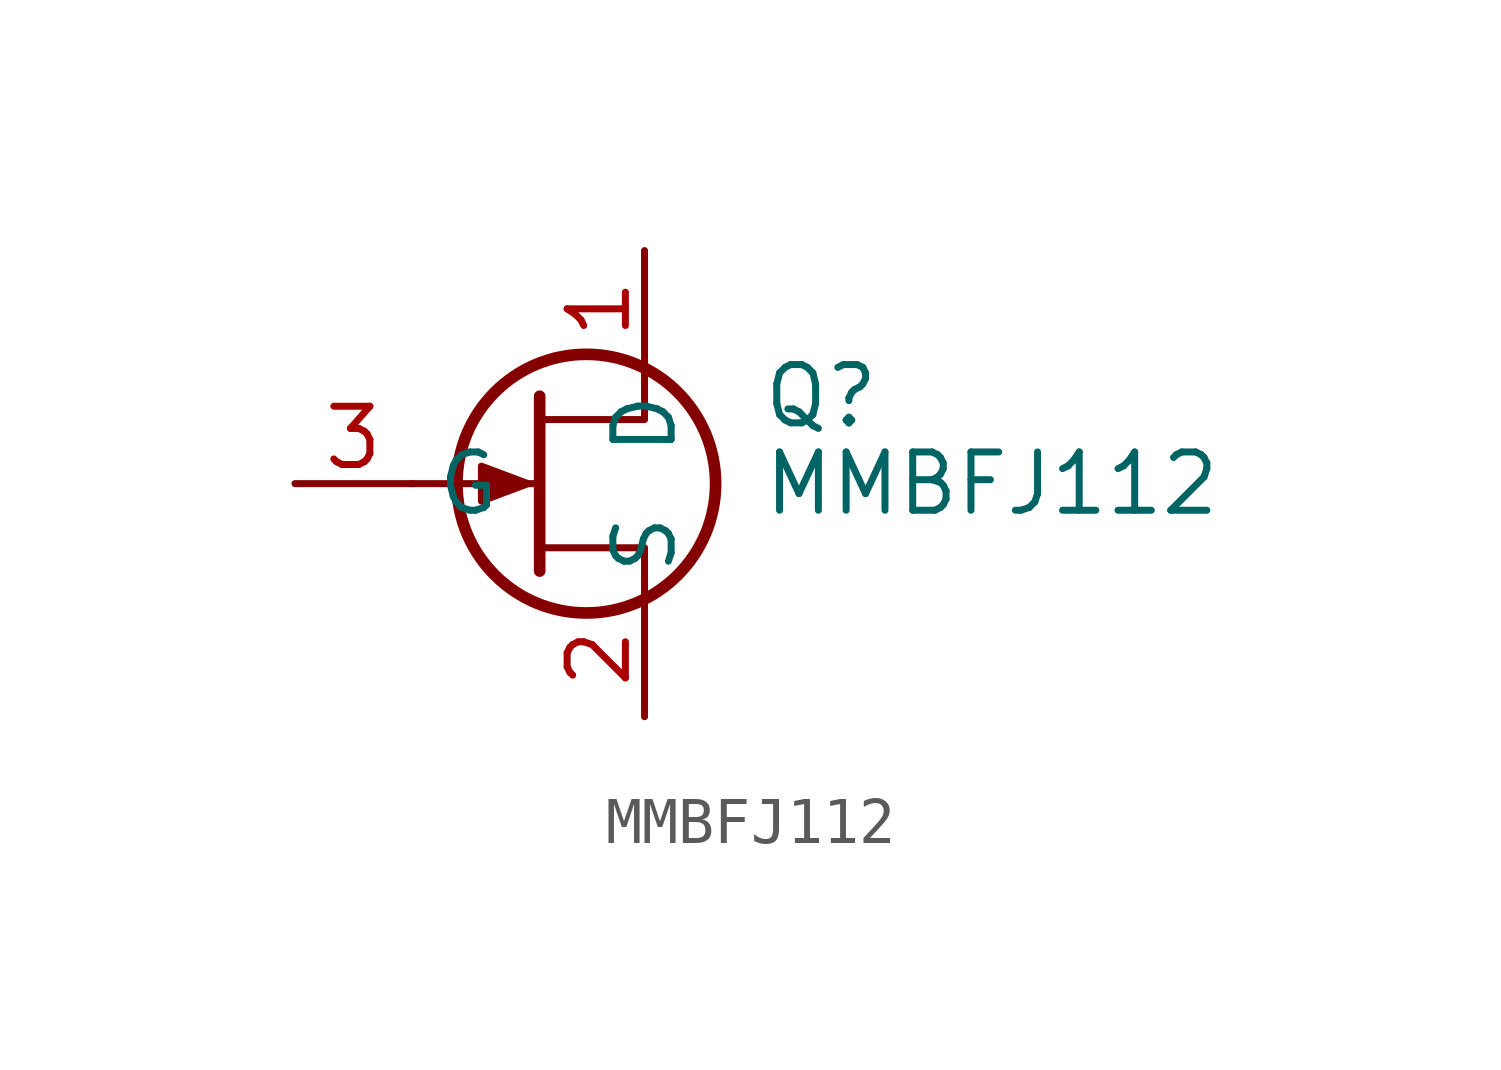
<source format=kicad_sym>
(kicad_symbol_lib
  (version 20220914)
  (generator kicad_symbol_editor)
  (symbol "MMBFJ112"
    (property "Reference" "Q"
      (at 5.08 1.905 0)
      (effects (font (size 1.27 1.27)) (justify left)))
    (property "Value" "MMBFJ112"
      (at 5.08 0 0)
      (effects (font (size 1.27 1.27)) (justify left)))
    (symbol "MMBFJ112_0_1"
      (polyline (pts (xy 0.254 0) (xy -2.54 0)) (stroke (width 0) (type default)) (fill (type none)))
      (polyline (pts (xy 0.254 1.905) (xy 0.254 -1.905)) (stroke (width 0.254) (type default)) (fill (type none)))
      (polyline (pts (xy 2.54 -2.54) (xy 2.54 -1.397) (xy 0.254 -1.397)) (stroke (width 0) (type default)) (fill (type none)))
      (polyline (pts (xy 2.54 2.54) (xy 2.54 1.397) (xy 0.254 1.397)) (stroke (width 0) (type default)) (fill (type none)))
      (polyline (pts (xy 0 0) (xy -1.016 0.381) (xy -1.016 -0.381) (xy 0 0)) (stroke (width 0) (type default)) (fill (type outline)))
      (circle (center 1.27 0) (radius 2.819) (stroke (width 0.254) (type default)) (fill (type none))))
    (symbol "MMBFJ112_1_1"
      (pin passive line (at 2.54 5.08 270) (length 2.54) (name "D" (effects (font (size 1.27 1.27)))) (number "1" (effects (font (size 1.27 1.27)))))
      (pin passive line (at 2.54 -5.08 90) (length 2.54) (name "S" (effects (font (size 1.27 1.27)))) (number "2" (effects (font (size 1.27 1.27)))))
      (pin input line (at -5.08 0 0) (length 2.54) (name "G" (effects (font (size 1.27 1.27)))) (number "3" (effects (font (size 1.27 1.27))))))))
</source>
